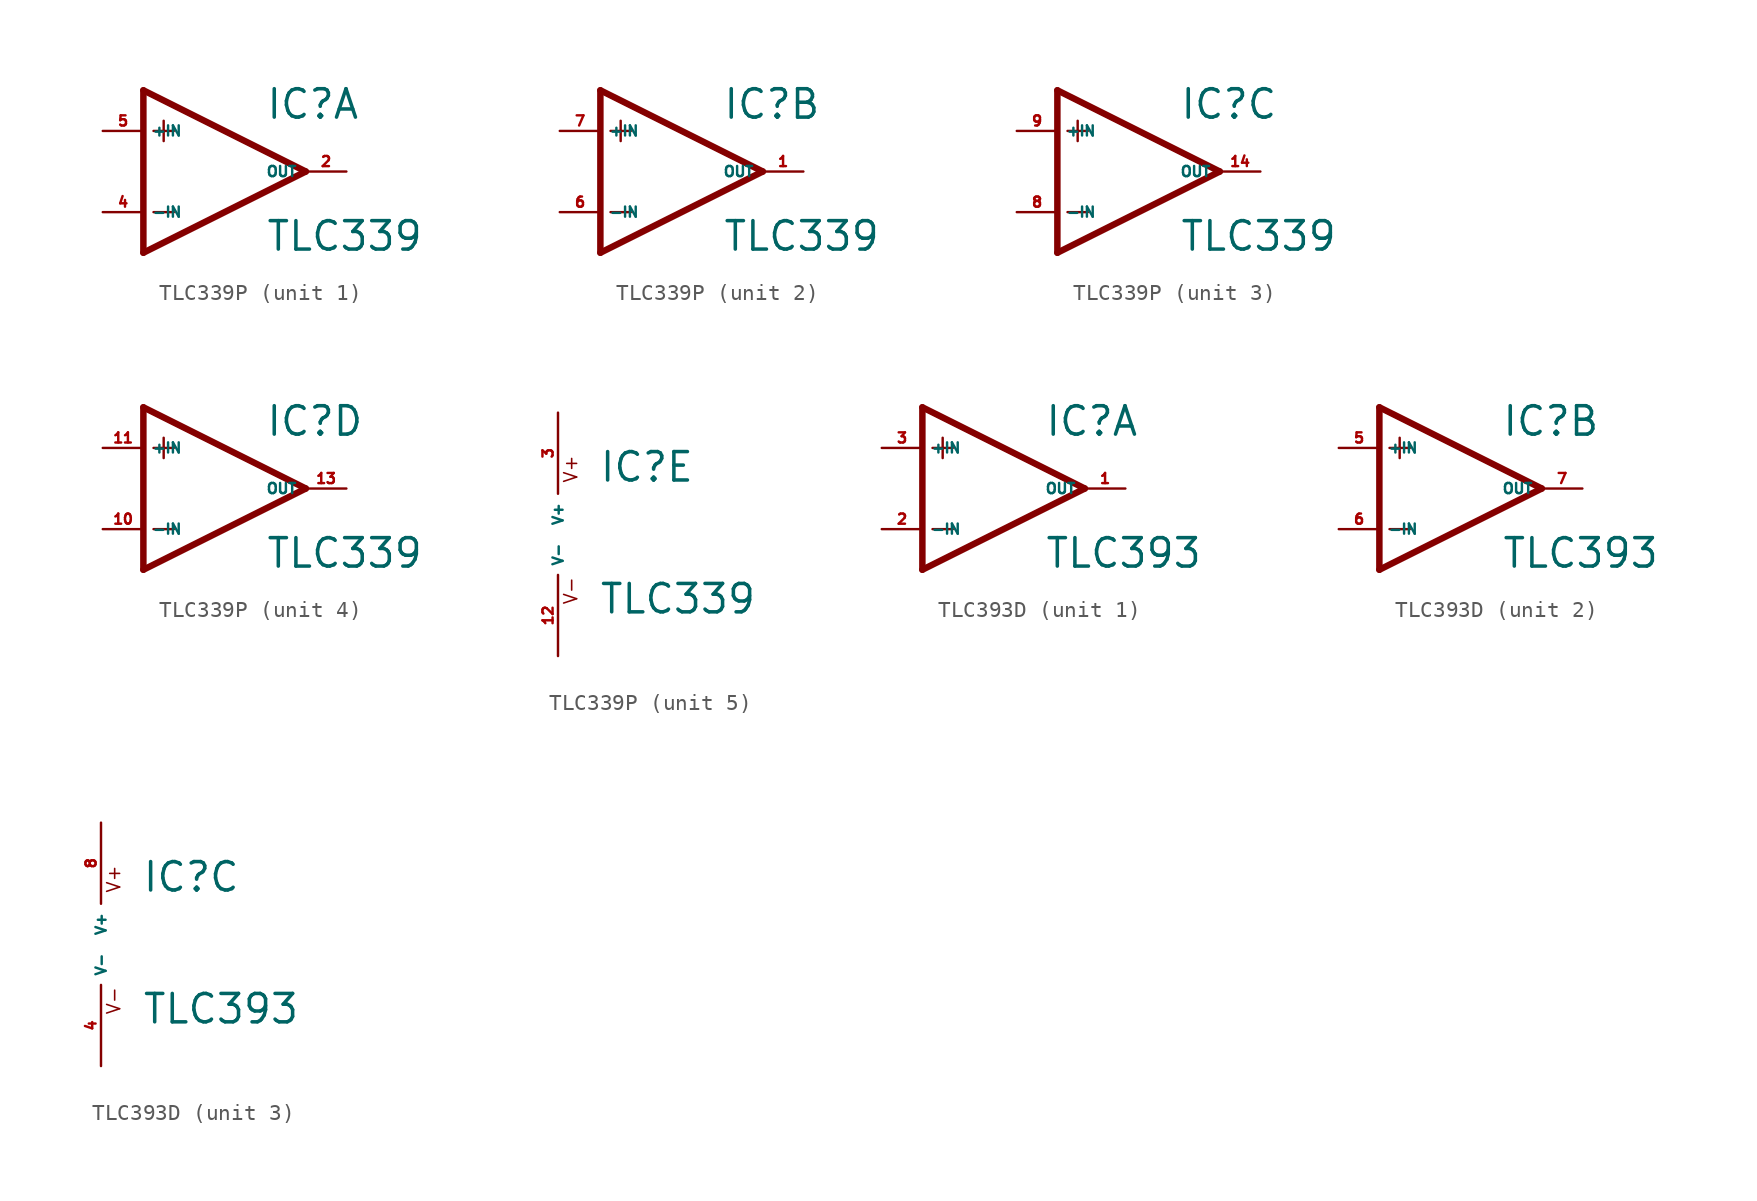
<source format=kicad_sym>
(kicad_symbol_lib
  (version 20220914)
  (generator Eagle2Kicad)
  (symbol "TLC339P"
    (property "Reference" "IC"
      (at 2.54 3.175 0)
      (effects (font (size 1.778 1.778) (thickness 0.22)) (justify left bottom)))
    (property "Value" "TLC339"
      (at 2.54 -5.08 0)
      (effects (font (size 1.778 1.778) (thickness 0.22)) (justify left bottom)))
    (symbol "TLC339P_1_0"
      (polyline (pts (xy -5.08 5.08) (xy -5.08 -5.08)) (stroke (width 0.406) (type default)) (fill (type none)))
      (polyline (pts (xy -5.08 -5.08) (xy 5.08 0)) (stroke (width 0.406) (type default)) (fill (type none)))
      (polyline (pts (xy 5.08 0) (xy -5.08 5.08)) (stroke (width 0.406) (type default)) (fill (type none)))
      (polyline (pts (xy -3.81 3.175) (xy -3.81 1.905)) (stroke (width 0.152) (type default)) (fill (type none)))
      (polyline (pts (xy -4.445 2.54) (xy -3.175 2.54)) (stroke (width 0.152) (type default)) (fill (type none)))
      (polyline (pts (xy -4.445 -2.54) (xy -3.175 -2.54)) (stroke (width 0.152) (type default)) (fill (type none)))
      (pin input line (at -7.62 -2.54 0) (length 2.54) (name "-IN" (effects (font (size 0.635 0.635) (thickness 0.08)) (justify left bottom))) (number "4" (effects (font (size 0.635 0.635) (thickness 0.08)) (justify left bottom))))
      (pin input line (at -7.62 2.54 0) (length 2.54) (name "+IN" (effects (font (size 0.635 0.635) (thickness 0.08)) (justify left bottom))) (number "5" (effects (font (size 0.635 0.635) (thickness 0.08)) (justify left bottom))))
      (pin output line (at 7.62 0 180) (length 2.54) (name "OUT" (effects (font (size 0.635 0.635) (thickness 0.08)) (justify left bottom))) (number "2" (effects (font (size 0.635 0.635) (thickness 0.08)) (justify left bottom)))))
    (symbol "TLC339P_2_0"
      (polyline (pts (xy -5.08 5.08) (xy -5.08 -5.08)) (stroke (width 0.406) (type default)) (fill (type none)))
      (polyline (pts (xy -5.08 -5.08) (xy 5.08 0)) (stroke (width 0.406) (type default)) (fill (type none)))
      (polyline (pts (xy 5.08 0) (xy -5.08 5.08)) (stroke (width 0.406) (type default)) (fill (type none)))
      (polyline (pts (xy -3.81 3.175) (xy -3.81 1.905)) (stroke (width 0.152) (type default)) (fill (type none)))
      (polyline (pts (xy -4.445 2.54) (xy -3.175 2.54)) (stroke (width 0.152) (type default)) (fill (type none)))
      (polyline (pts (xy -4.445 -2.54) (xy -3.175 -2.54)) (stroke (width 0.152) (type default)) (fill (type none)))
      (pin input line (at -7.62 -2.54 0) (length 2.54) (name "-IN" (effects (font (size 0.635 0.635) (thickness 0.08)) (justify left bottom))) (number "6" (effects (font (size 0.635 0.635) (thickness 0.08)) (justify left bottom))))
      (pin input line (at -7.62 2.54 0) (length 2.54) (name "+IN" (effects (font (size 0.635 0.635) (thickness 0.08)) (justify left bottom))) (number "7" (effects (font (size 0.635 0.635) (thickness 0.08)) (justify left bottom))))
      (pin output line (at 7.62 0 180) (length 2.54) (name "OUT" (effects (font (size 0.635 0.635) (thickness 0.08)) (justify left bottom))) (number "1" (effects (font (size 0.635 0.635) (thickness 0.08)) (justify left bottom)))))
    (symbol "TLC339P_3_0"
      (polyline (pts (xy -5.08 5.08) (xy -5.08 -5.08)) (stroke (width 0.406) (type default)) (fill (type none)))
      (polyline (pts (xy -5.08 -5.08) (xy 5.08 0)) (stroke (width 0.406) (type default)) (fill (type none)))
      (polyline (pts (xy 5.08 0) (xy -5.08 5.08)) (stroke (width 0.406) (type default)) (fill (type none)))
      (polyline (pts (xy -3.81 3.175) (xy -3.81 1.905)) (stroke (width 0.152) (type default)) (fill (type none)))
      (polyline (pts (xy -4.445 2.54) (xy -3.175 2.54)) (stroke (width 0.152) (type default)) (fill (type none)))
      (polyline (pts (xy -4.445 -2.54) (xy -3.175 -2.54)) (stroke (width 0.152) (type default)) (fill (type none)))
      (pin input line (at -7.62 -2.54 0) (length 2.54) (name "-IN" (effects (font (size 0.635 0.635) (thickness 0.08)) (justify left bottom))) (number "8" (effects (font (size 0.635 0.635) (thickness 0.08)) (justify left bottom))))
      (pin input line (at -7.62 2.54 0) (length 2.54) (name "+IN" (effects (font (size 0.635 0.635) (thickness 0.08)) (justify left bottom))) (number "9" (effects (font (size 0.635 0.635) (thickness 0.08)) (justify left bottom))))
      (pin output line (at 7.62 0 180) (length 2.54) (name "OUT" (effects (font (size 0.635 0.635) (thickness 0.08)) (justify left bottom))) (number "14" (effects (font (size 0.635 0.635) (thickness 0.08)) (justify left bottom)))))
    (symbol "TLC339P_4_0"
      (polyline (pts (xy -5.08 5.08) (xy -5.08 -5.08)) (stroke (width 0.406) (type default)) (fill (type none)))
      (polyline (pts (xy -5.08 -5.08) (xy 5.08 0)) (stroke (width 0.406) (type default)) (fill (type none)))
      (polyline (pts (xy 5.08 0) (xy -5.08 5.08)) (stroke (width 0.406) (type default)) (fill (type none)))
      (polyline (pts (xy -3.81 3.175) (xy -3.81 1.905)) (stroke (width 0.152) (type default)) (fill (type none)))
      (polyline (pts (xy -4.445 2.54) (xy -3.175 2.54)) (stroke (width 0.152) (type default)) (fill (type none)))
      (polyline (pts (xy -4.445 -2.54) (xy -3.175 -2.54)) (stroke (width 0.152) (type default)) (fill (type none)))
      (pin input line (at -7.62 -2.54 0) (length 2.54) (name "-IN" (effects (font (size 0.635 0.635) (thickness 0.08)) (justify left bottom))) (number "10" (effects (font (size 0.635 0.635) (thickness 0.08)) (justify left bottom))))
      (pin input line (at -7.62 2.54 0) (length 2.54) (name "+IN" (effects (font (size 0.635 0.635) (thickness 0.08)) (justify left bottom))) (number "11" (effects (font (size 0.635 0.635) (thickness 0.08)) (justify left bottom))))
      (pin output line (at 7.62 0 180) (length 2.54) (name "OUT" (effects (font (size 0.635 0.635) (thickness 0.08)) (justify left bottom))) (number "13" (effects (font (size 0.635 0.635) (thickness 0.08)) (justify left bottom)))))
    (symbol "TLC339P_5_0"
      (text "V+" (at 1.27 3.175 900) (effects (font (size 0.813 0.813) (thickness 0.10)) (justify left bottom)))
      (text "V-" (at 1.27 -4.445 900) (effects (font (size 0.813 0.813) (thickness 0.10)) (justify left bottom)))
      (pin unspecified line (at 0 7.62 270) (length 5.08) (name "V+" (effects (font (size 0.635 0.635) (thickness 0.08)) (justify left bottom))) (number "3" (effects (font (size 0.635 0.635) (thickness 0.08)) (justify left bottom))))
      (pin unspecified line (at 0 -7.62 90) (length 5.08) (name "V-" (effects (font (size 0.635 0.635) (thickness 0.08)) (justify left bottom))) (number "12" (effects (font (size 0.635 0.635) (thickness 0.08)) (justify left bottom))))))
  (symbol "TLC393D"
    (property "Reference" "IC"
      (at 2.54 3.175 0)
      (effects (font (size 1.778 1.778) (thickness 0.22)) (justify left bottom)))
    (property "Value" "TLC393"
      (at 2.54 -5.08 0)
      (effects (font (size 1.778 1.778) (thickness 0.22)) (justify left bottom)))
    (symbol "TLC393D_1_0"
      (polyline (pts (xy -5.08 5.08) (xy -5.08 -5.08)) (stroke (width 0.406) (type default)) (fill (type none)))
      (polyline (pts (xy -5.08 -5.08) (xy 5.08 0)) (stroke (width 0.406) (type default)) (fill (type none)))
      (polyline (pts (xy 5.08 0) (xy -5.08 5.08)) (stroke (width 0.406) (type default)) (fill (type none)))
      (polyline (pts (xy -3.81 3.175) (xy -3.81 1.905)) (stroke (width 0.152) (type default)) (fill (type none)))
      (polyline (pts (xy -4.445 2.54) (xy -3.175 2.54)) (stroke (width 0.152) (type default)) (fill (type none)))
      (polyline (pts (xy -4.445 -2.54) (xy -3.175 -2.54)) (stroke (width 0.152) (type default)) (fill (type none)))
      (pin input line (at -7.62 -2.54 0) (length 2.54) (name "-IN" (effects (font (size 0.635 0.635) (thickness 0.08)) (justify left bottom))) (number "2" (effects (font (size 0.635 0.635) (thickness 0.08)) (justify left bottom))))
      (pin input line (at -7.62 2.54 0) (length 2.54) (name "+IN" (effects (font (size 0.635 0.635) (thickness 0.08)) (justify left bottom))) (number "3" (effects (font (size 0.635 0.635) (thickness 0.08)) (justify left bottom))))
      (pin output line (at 7.62 0 180) (length 2.54) (name "OUT" (effects (font (size 0.635 0.635) (thickness 0.08)) (justify left bottom))) (number "1" (effects (font (size 0.635 0.635) (thickness 0.08)) (justify left bottom)))))
    (symbol "TLC393D_2_0"
      (polyline (pts (xy -5.08 5.08) (xy -5.08 -5.08)) (stroke (width 0.406) (type default)) (fill (type none)))
      (polyline (pts (xy -5.08 -5.08) (xy 5.08 0)) (stroke (width 0.406) (type default)) (fill (type none)))
      (polyline (pts (xy 5.08 0) (xy -5.08 5.08)) (stroke (width 0.406) (type default)) (fill (type none)))
      (polyline (pts (xy -3.81 3.175) (xy -3.81 1.905)) (stroke (width 0.152) (type default)) (fill (type none)))
      (polyline (pts (xy -4.445 2.54) (xy -3.175 2.54)) (stroke (width 0.152) (type default)) (fill (type none)))
      (polyline (pts (xy -4.445 -2.54) (xy -3.175 -2.54)) (stroke (width 0.152) (type default)) (fill (type none)))
      (pin input line (at -7.62 -2.54 0) (length 2.54) (name "-IN" (effects (font (size 0.635 0.635) (thickness 0.08)) (justify left bottom))) (number "6" (effects (font (size 0.635 0.635) (thickness 0.08)) (justify left bottom))))
      (pin input line (at -7.62 2.54 0) (length 2.54) (name "+IN" (effects (font (size 0.635 0.635) (thickness 0.08)) (justify left bottom))) (number "5" (effects (font (size 0.635 0.635) (thickness 0.08)) (justify left bottom))))
      (pin output line (at 7.62 0 180) (length 2.54) (name "OUT" (effects (font (size 0.635 0.635) (thickness 0.08)) (justify left bottom))) (number "7" (effects (font (size 0.635 0.635) (thickness 0.08)) (justify left bottom)))))
    (symbol "TLC393D_3_0"
      (text "V+" (at 1.27 3.175 900) (effects (font (size 0.813 0.813) (thickness 0.10)) (justify left bottom)))
      (text "V-" (at 1.27 -4.445 900) (effects (font (size 0.813 0.813) (thickness 0.10)) (justify left bottom)))
      (pin unspecified line (at 0 7.62 270) (length 5.08) (name "V+" (effects (font (size 0.635 0.635) (thickness 0.08)) (justify left bottom))) (number "8" (effects (font (size 0.635 0.635) (thickness 0.08)) (justify left bottom))))
      (pin unspecified line (at 0 -7.62 90) (length 5.08) (name "V-" (effects (font (size 0.635 0.635) (thickness 0.08)) (justify left bottom))) (number "4" (effects (font (size 0.635 0.635) (thickness 0.08)) (justify left bottom)))))))
</source>
